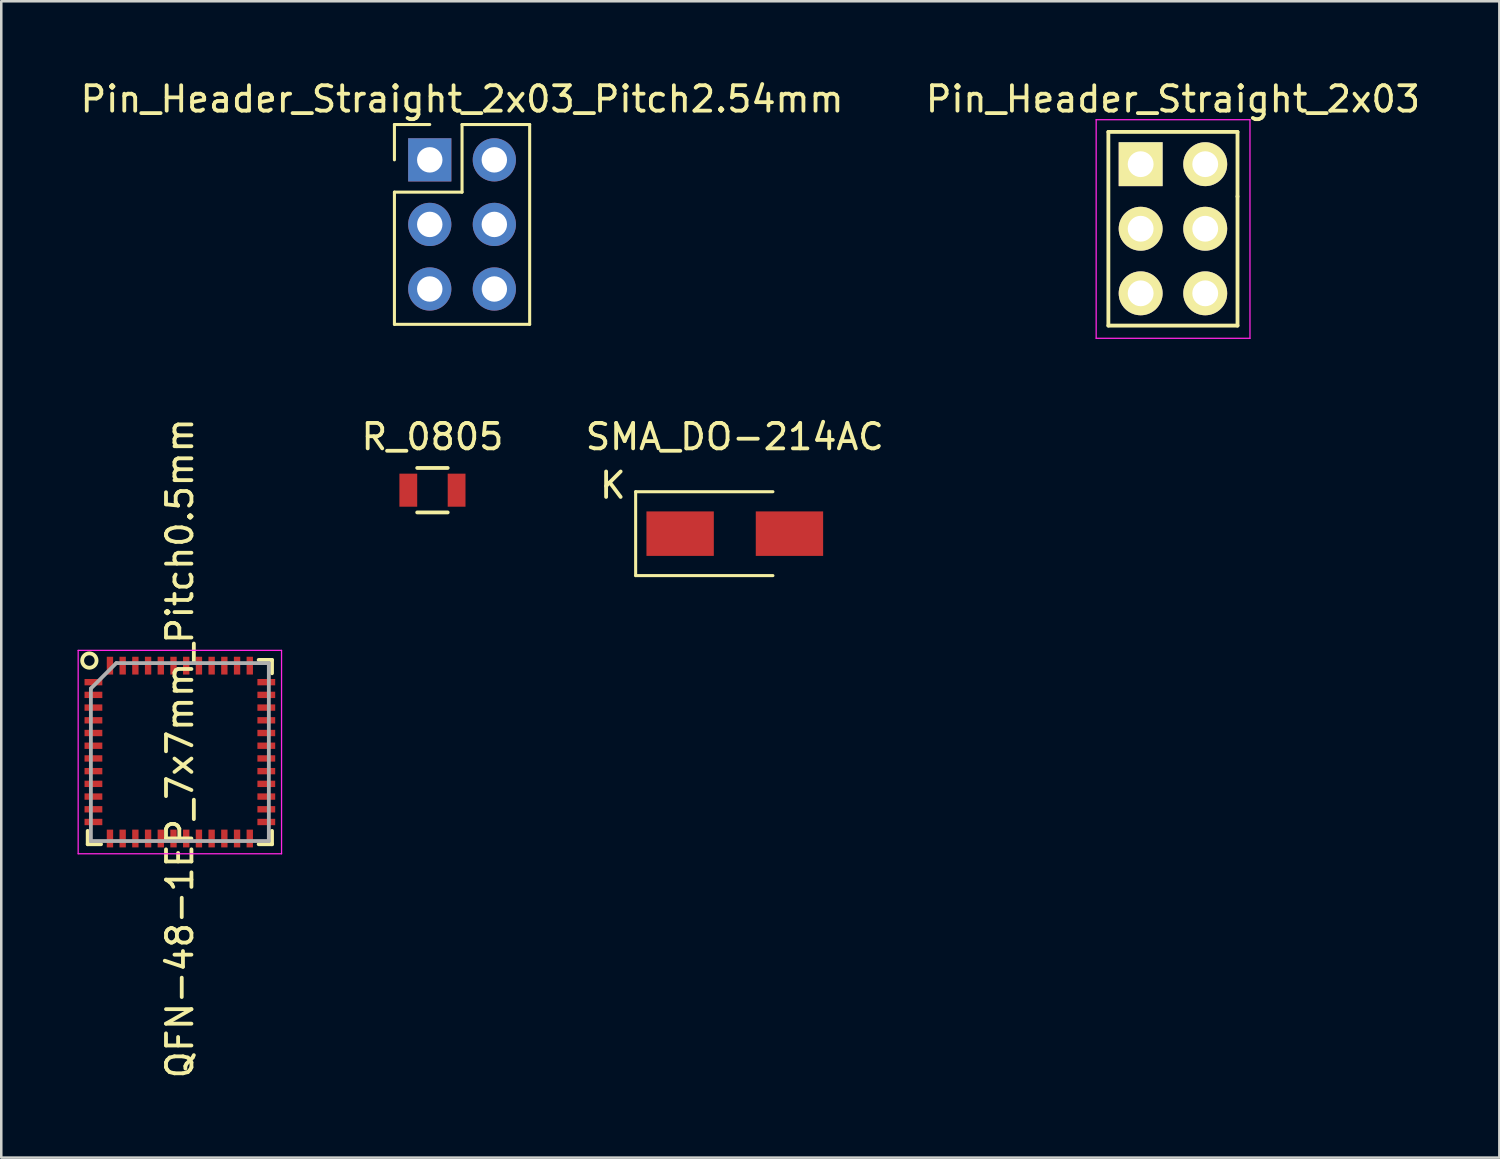
<source format=kicad_pcb>
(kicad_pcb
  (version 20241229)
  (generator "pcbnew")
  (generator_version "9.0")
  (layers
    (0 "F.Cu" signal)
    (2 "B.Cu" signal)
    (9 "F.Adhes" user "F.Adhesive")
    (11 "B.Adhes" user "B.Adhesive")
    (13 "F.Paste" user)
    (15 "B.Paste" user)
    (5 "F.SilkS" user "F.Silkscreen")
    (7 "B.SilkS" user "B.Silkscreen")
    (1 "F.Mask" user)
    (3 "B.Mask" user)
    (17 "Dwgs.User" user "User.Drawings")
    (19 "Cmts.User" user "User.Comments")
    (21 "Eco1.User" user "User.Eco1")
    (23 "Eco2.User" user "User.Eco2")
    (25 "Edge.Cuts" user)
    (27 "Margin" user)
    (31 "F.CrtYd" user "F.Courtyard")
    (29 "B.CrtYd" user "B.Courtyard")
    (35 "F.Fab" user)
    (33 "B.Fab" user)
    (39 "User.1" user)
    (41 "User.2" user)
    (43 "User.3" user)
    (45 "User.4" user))
  (footprint "QFN-48-1EP_7x7mm_Pitch0.5mm"
    (layer "F.Cu")
    (at 4.025 26.534)
    (property "Reference" "QFN-48-1EP_7x7mm_Pitch0.5mm" (at 0 -0.15 90) (layer "F.SilkS") (effects (font (size 1 1) (thickness 0.15))))
    (attr smd)
    (fp_line (start -3.625 3.625) (end -3.625 3.1) (stroke (width 0.15) (type solid)) (layer "F.SilkS"))
    (fp_line (start -3.625 3.625) (end -3.1 3.625) (stroke (width 0.15) (type solid)) (layer "F.SilkS"))
    (fp_line (start 3.625 -3.625) (end 3.1 -3.625) (stroke (width 0.15) (type solid)) (layer "F.SilkS"))
    (fp_line (start 3.625 -3.625) (end 3.625 -3.1) (stroke (width 0.15) (type solid)) (layer "F.SilkS"))
    (fp_line (start 3.625 3.625) (end 3.1 3.625) (stroke (width 0.15) (type solid)) (layer "F.SilkS"))
    (fp_line (start 3.625 3.625) (end 3.625 3.1) (stroke (width 0.15) (type solid)) (layer "F.SilkS"))
    (fp_circle (center -3.56 -3.6) (end -3.76 -3.8) (stroke (width 0.15) (type solid)) (fill no) (layer "F.SilkS"))
    (fp_line (start -4 -4) (end -4 4) (stroke (width 0.05) (type solid)) (layer "F.CrtYd"))
    (fp_line (start -4 -4) (end 4 -4) (stroke (width 0.05) (type solid)) (layer "F.CrtYd"))
    (fp_line (start -4 4) (end 4 4) (stroke (width 0.05) (type solid)) (layer "F.CrtYd"))
    (fp_line (start 4 -4) (end 4 4) (stroke (width 0.05) (type solid)) (layer "F.CrtYd"))
    (fp_line (start -3.5 -2.5) (end -2.5 -3.5) (stroke (width 0.15) (type solid)) (layer "F.Fab"))
    (fp_line (start -3.5 3.5) (end -3.5 -2.5) (stroke (width 0.15) (type solid)) (layer "F.Fab"))
    (fp_line (start -2.5 -3.5) (end 3.5 -3.5) (stroke (width 0.15) (type solid)) (layer "F.Fab"))
    (fp_line (start 3.5 -3.5) (end 3.5 3.5) (stroke (width 0.15) (type solid)) (layer "F.Fab"))
    (fp_line (start 3.5 3.5) (end -3.5 3.5) (stroke (width 0.15) (type solid)) (layer "F.Fab"))
    (pad "1" smd rect (at -3.4 -2.75) (size 0.7 0.25) (layers "F.Cu" "F.Mask" "F.Paste"))
    (pad "2" smd rect (at -3.4 -2.25) (size 0.7 0.25) (layers "F.Cu" "F.Mask" "F.Paste"))
    (pad "3" smd rect (at -3.4 -1.75) (size 0.7 0.25) (layers "F.Cu" "F.Mask" "F.Paste"))
    (pad "4" smd rect (at -3.4 -1.25) (size 0.7 0.25) (layers "F.Cu" "F.Mask" "F.Paste"))
    (pad "5" smd rect (at -3.4 -0.75) (size 0.7 0.25) (layers "F.Cu" "F.Mask" "F.Paste"))
    (pad "6" smd rect (at -3.4 -0.25) (size 0.7 0.25) (layers "F.Cu" "F.Mask" "F.Paste"))
    (pad "7" smd rect (at -3.4 0.25) (size 0.7 0.25) (layers "F.Cu" "F.Mask" "F.Paste"))
    (pad "8" smd rect (at -3.4 0.75) (size 0.7 0.25) (layers "F.Cu" "F.Mask" "F.Paste"))
    (pad "9" smd rect (at -3.4 1.25) (size 0.7 0.25) (layers "F.Cu" "F.Mask" "F.Paste"))
    (pad "10" smd rect (at -3.4 1.75) (size 0.7 0.25) (layers "F.Cu" "F.Mask" "F.Paste"))
    (pad "11" smd rect (at -3.4 2.25) (size 0.7 0.25) (layers "F.Cu" "F.Mask" "F.Paste"))
    (pad "12" smd rect (at -3.4 2.75) (size 0.7 0.25) (layers "F.Cu" "F.Mask" "F.Paste"))
    (pad "13" smd rect (at -2.75 3.4 90) (size 0.7 0.25) (layers "F.Cu" "F.Mask" "F.Paste"))
    (pad "14" smd rect (at -2.25 3.4 90) (size 0.7 0.25) (layers "F.Cu" "F.Mask" "F.Paste"))
    (pad "15" smd rect (at -1.75 3.4 90) (size 0.7 0.25) (layers "F.Cu" "F.Mask" "F.Paste"))
    (pad "16" smd rect (at -1.25 3.4 90) (size 0.7 0.25) (layers "F.Cu" "F.Mask" "F.Paste"))
    (pad "17" smd rect (at -0.75 3.4 90) (size 0.7 0.25) (layers "F.Cu" "F.Mask" "F.Paste"))
    (pad "18" smd rect (at -0.25 3.4 90) (size 0.7 0.25) (layers "F.Cu" "F.Mask" "F.Paste"))
    (pad "19" smd rect (at 0.25 3.4 90) (size 0.7 0.25) (layers "F.Cu" "F.Mask" "F.Paste"))
    (pad "20" smd rect (at 0.75 3.4 90) (size 0.7 0.25) (layers "F.Cu" "F.Mask" "F.Paste"))
    (pad "21" smd rect (at 1.25 3.4 90) (size 0.7 0.25) (layers "F.Cu" "F.Mask" "F.Paste"))
    (pad "22" smd rect (at 1.75 3.4 90) (size 0.7 0.25) (layers "F.Cu" "F.Mask" "F.Paste"))
    (pad "23" smd rect (at 2.25 3.4 90) (size 0.7 0.25) (layers "F.Cu" "F.Mask" "F.Paste"))
    (pad "24" smd rect (at 2.75 3.4 90) (size 0.7 0.25) (layers "F.Cu" "F.Mask" "F.Paste"))
    (pad "25" smd rect (at 3.4 2.75) (size 0.7 0.25) (layers "F.Cu" "F.Mask" "F.Paste"))
    (pad "26" smd rect (at 3.4 2.25) (size 0.7 0.25) (layers "F.Cu" "F.Mask" "F.Paste"))
    (pad "27" smd rect (at 3.4 1.75) (size 0.7 0.25) (layers "F.Cu" "F.Mask" "F.Paste"))
    (pad "28" smd rect (at 3.4 1.25) (size 0.7 0.25) (layers "F.Cu" "F.Mask" "F.Paste"))
    (pad "29" smd rect (at 3.4 0.75) (size 0.7 0.25) (layers "F.Cu" "F.Mask" "F.Paste"))
    (pad "30" smd rect (at 3.4 0.25) (size 0.7 0.25) (layers "F.Cu" "F.Mask" "F.Paste"))
    (pad "31" smd rect (at 3.4 -0.25) (size 0.7 0.25) (layers "F.Cu" "F.Mask" "F.Paste"))
    (pad "32" smd rect (at 3.4 -0.75) (size 0.7 0.25) (layers "F.Cu" "F.Mask" "F.Paste"))
    (pad "33" smd rect (at 3.4 -1.25) (size 0.7 0.25) (layers "F.Cu" "F.Mask" "F.Paste"))
    (pad "34" smd rect (at 3.4 -1.75) (size 0.7 0.25) (layers "F.Cu" "F.Mask" "F.Paste"))
    (pad "35" smd rect (at 3.4 -2.25) (size 0.7 0.25) (layers "F.Cu" "F.Mask" "F.Paste"))
    (pad "36" smd rect (at 3.4 -2.75) (size 0.7 0.25) (layers "F.Cu" "F.Mask" "F.Paste"))
    (pad "37" smd rect (at 2.75 -3.4 90) (size 0.7 0.25) (layers "F.Cu" "F.Mask" "F.Paste"))
    (pad "38" smd rect (at 2.25 -3.4 90) (size 0.7 0.25) (layers "F.Cu" "F.Mask" "F.Paste"))
    (pad "39" smd rect (at 1.75 -3.4 90) (size 0.7 0.25) (layers "F.Cu" "F.Mask" "F.Paste"))
    (pad "40" smd rect (at 1.25 -3.4 90) (size 0.7 0.25) (layers "F.Cu" "F.Mask" "F.Paste"))
    (pad "41" smd rect (at 0.75 -3.4 90) (size 0.7 0.25) (layers "F.Cu" "F.Mask" "F.Paste"))
    (pad "42" smd rect (at 0.25 -3.4 90) (size 0.7 0.25) (layers "F.Cu" "F.Mask" "F.Paste"))
    (pad "43" smd rect (at -0.25 -3.4 90) (size 0.7 0.25) (layers "F.Cu" "F.Mask" "F.Paste"))
    (pad "44" smd rect (at -0.75 -3.4 90) (size 0.7 0.25) (layers "F.Cu" "F.Mask" "F.Paste"))
    (pad "45" smd rect (at -1.25 -3.4 90) (size 0.7 0.25) (layers "F.Cu" "F.Mask" "F.Paste"))
    (pad "46" smd rect (at -1.75 -3.4 90) (size 0.7 0.25) (layers "F.Cu" "F.Mask" "F.Paste"))
    (pad "47" smd rect (at -2.25 -3.4 90) (size 0.7 0.25) (layers "F.Cu" "F.Mask" "F.Paste"))
    (pad "48" smd rect (at -2.75 -3.4 90) (size 0.7 0.25) (layers "F.Cu" "F.Mask" "F.Paste")))
  (footprint "SMA_DO-214AC"
    (layer "F.Cu")
    (at 25.854 17.942)
    (property "Reference" "SMA_DO-214AC" (at 0 -3.81 0) (layer "F.SilkS") (effects (font (size 1 1) (thickness 0.15))))
    (attr smd)
    (fp_line (start -3.9 -1.65) (end -3.9 1.65) (stroke (width 0.12) (type solid)) (layer "F.SilkS"))
    (fp_line (start -3.9 -1.65) (end 1.5 -1.65) (stroke (width 0.12) (type solid)) (layer "F.SilkS"))
    (fp_line (start -3.9 1.65) (end 1.5 1.65) (stroke (width 0.12) (type solid)) (layer "F.SilkS"))
    (fp_text user "K" (at -4.8 -1.9 0) (layer "F.SilkS") (effects (font (size 1 1) (thickness 0.15))))
    (pad "1" smd rect (at -2.15 0) (size 2.65 1.75) (layers "F.Cu" "F.Mask" "F.Paste"))
    (pad "2" smd rect (at 2.15 0) (size 2.65 1.75) (layers "F.Cu" "F.Mask" "F.Paste")))
  (footprint "Pin_Header_Straight_2x03_Pitch2.54mm"
    (layer "F.Cu")
    (at 13.855 3.238)
    (property "Reference" "Pin_Header_Straight_2x03_Pitch2.54mm" (at 1.27 -2.39 0) (layer "F.SilkS") (effects (font (size 1 1) (thickness 0.15))))
    (attr through_hole)
    (fp_line (start -1.39 -1.39) (end 0 -1.39) (stroke (width 0.12) (type solid)) (layer "F.SilkS"))
    (fp_line (start -1.39 0) (end -1.39 -1.39) (stroke (width 0.12) (type solid)) (layer "F.SilkS"))
    (fp_line (start -1.39 1.27) (end -1.39 6.47) (stroke (width 0.12) (type solid)) (layer "F.SilkS"))
    (fp_line (start -1.39 6.47) (end 3.93 6.47) (stroke (width 0.12) (type solid)) (layer "F.SilkS"))
    (fp_line (start 1.27 -1.39) (end 1.27 1.27) (stroke (width 0.12) (type solid)) (layer "F.SilkS"))
    (fp_line (start 1.27 1.27) (end -1.39 1.27) (stroke (width 0.12) (type solid)) (layer "F.SilkS"))
    (fp_line (start 3.93 -1.39) (end 1.27 -1.39) (stroke (width 0.12) (type solid)) (layer "F.SilkS"))
    (fp_line (start 3.93 6.47) (end 3.93 -1.39) (stroke (width 0.12) (type solid)) (layer "F.SilkS"))
    (pad "1" thru_hole rect (at 0 0) (size 1.7 1.7) (drill 1) (layers "*.Cu" "*.Mask"))
    (pad "2" thru_hole oval (at 2.54 0) (size 1.7 1.7) (drill 1) (layers "*.Cu" "*.Mask"))
    (pad "3" thru_hole oval (at 0 2.54) (size 1.7 1.7) (drill 1) (layers "*.Cu" "*.Mask"))
    (pad "4" thru_hole oval (at 2.54 2.54) (size 1.7 1.7) (drill 1) (layers "*.Cu" "*.Mask"))
    (pad "5" thru_hole oval (at 0 5.08) (size 1.7 1.7) (drill 1) (layers "*.Cu" "*.Mask"))
    (pad "6" thru_hole oval (at 2.54 5.08) (size 1.7 1.7) (drill 1) (layers "*.Cu" "*.Mask")))
  (footprint "R_0805"
    (layer "F.Cu")
    (at 13.961 16.232)
    (property "Reference" "R_0805" (at 0 -2.1 0) (layer "F.SilkS") (effects (font (size 1 1) (thickness 0.15))))
    (attr smd)
    (fp_line (start -0.6 -0.875) (end 0.6 -0.875) (stroke (width 0.15) (type solid)) (layer "F.SilkS"))
    (fp_line (start 0.6 0.875) (end -0.6 0.875) (stroke (width 0.15) (type solid)) (layer "F.SilkS"))
    (pad "1" smd rect (at -0.95 0) (size 0.7 1.3) (layers "F.Cu" "F.Mask" "F.Paste"))
    (pad "2" smd rect (at 0.95 0) (size 0.7 1.3) (layers "F.Cu" "F.Mask" "F.Paste")))
  (footprint "Pin_Header_Straight_2x03"
    (layer "F.Cu")
    (at 43.089 5.948)
    (property "Reference" "Pin_Header_Straight_2x03" (at 0 -5.1 0) (layer "F.SilkS") (effects (font (size 1 1) (thickness 0.15))))
    (attr through_hole)
    (fp_line (start -2.54 -3.81) (end -2.54 3.81) (stroke (width 0.15) (type solid)) (layer "F.SilkS"))
    (fp_line (start -2.54 3.81) (end 2.54 3.81) (stroke (width 0.15) (type solid)) (layer "F.SilkS"))
    (fp_line (start 2.54 -3.81) (end -2.54 -3.81) (stroke (width 0.15) (type solid)) (layer "F.SilkS"))
    (fp_line (start 2.54 -1.27) (end 2.54 -3.81) (stroke (width 0.15) (type solid)) (layer "F.SilkS"))
    (fp_line (start 2.54 3.81) (end 2.54 -1.27) (stroke (width 0.15) (type solid)) (layer "F.SilkS"))
    (fp_line (start -3.02 -4.29) (end -3.02 4.31) (stroke (width 0.05) (type solid)) (layer "F.CrtYd"))
    (fp_line (start -3.02 -4.29) (end 3.03 -4.29) (stroke (width 0.05) (type solid)) (layer "F.CrtYd"))
    (fp_line (start -3.02 4.31) (end 3.03 4.31) (stroke (width 0.05) (type solid)) (layer "F.CrtYd"))
    (fp_line (start 3.03 -4.29) (end 3.03 4.31) (stroke (width 0.05) (type solid)) (layer "F.CrtYd"))
    (pad "1" thru_hole rect (at -1.27 -2.54) (size 1.727 1.727) (drill 1.016) (layers "*.Cu" "*.Mask" "F.SilkS"))
    (pad "2" thru_hole oval (at 1.27 -2.54) (size 1.727 1.727) (drill 1.016) (layers "*.Cu" "*.Mask" "F.SilkS"))
    (pad "3" thru_hole oval (at -1.27 0) (size 1.727 1.727) (drill 1.016) (layers "*.Cu" "*.Mask" "F.SilkS"))
    (pad "4" thru_hole oval (at 1.27 0) (size 1.727 1.727) (drill 1.016) (layers "*.Cu" "*.Mask" "F.SilkS"))
    (pad "5" thru_hole oval (at -1.27 2.54) (size 1.727 1.727) (drill 1.016) (layers "*.Cu" "*.Mask" "F.SilkS"))
    (pad "6" thru_hole oval (at 1.27 2.54) (size 1.727 1.727) (drill 1.016) (layers "*.Cu" "*.Mask" "F.SilkS")))
  (gr_rect
    (start -3 -3)
    (end 55.929 42.486)
    (stroke (width 0.1) (type default))
    (fill no)
    (layer "Edge.Cuts")))
</source>
